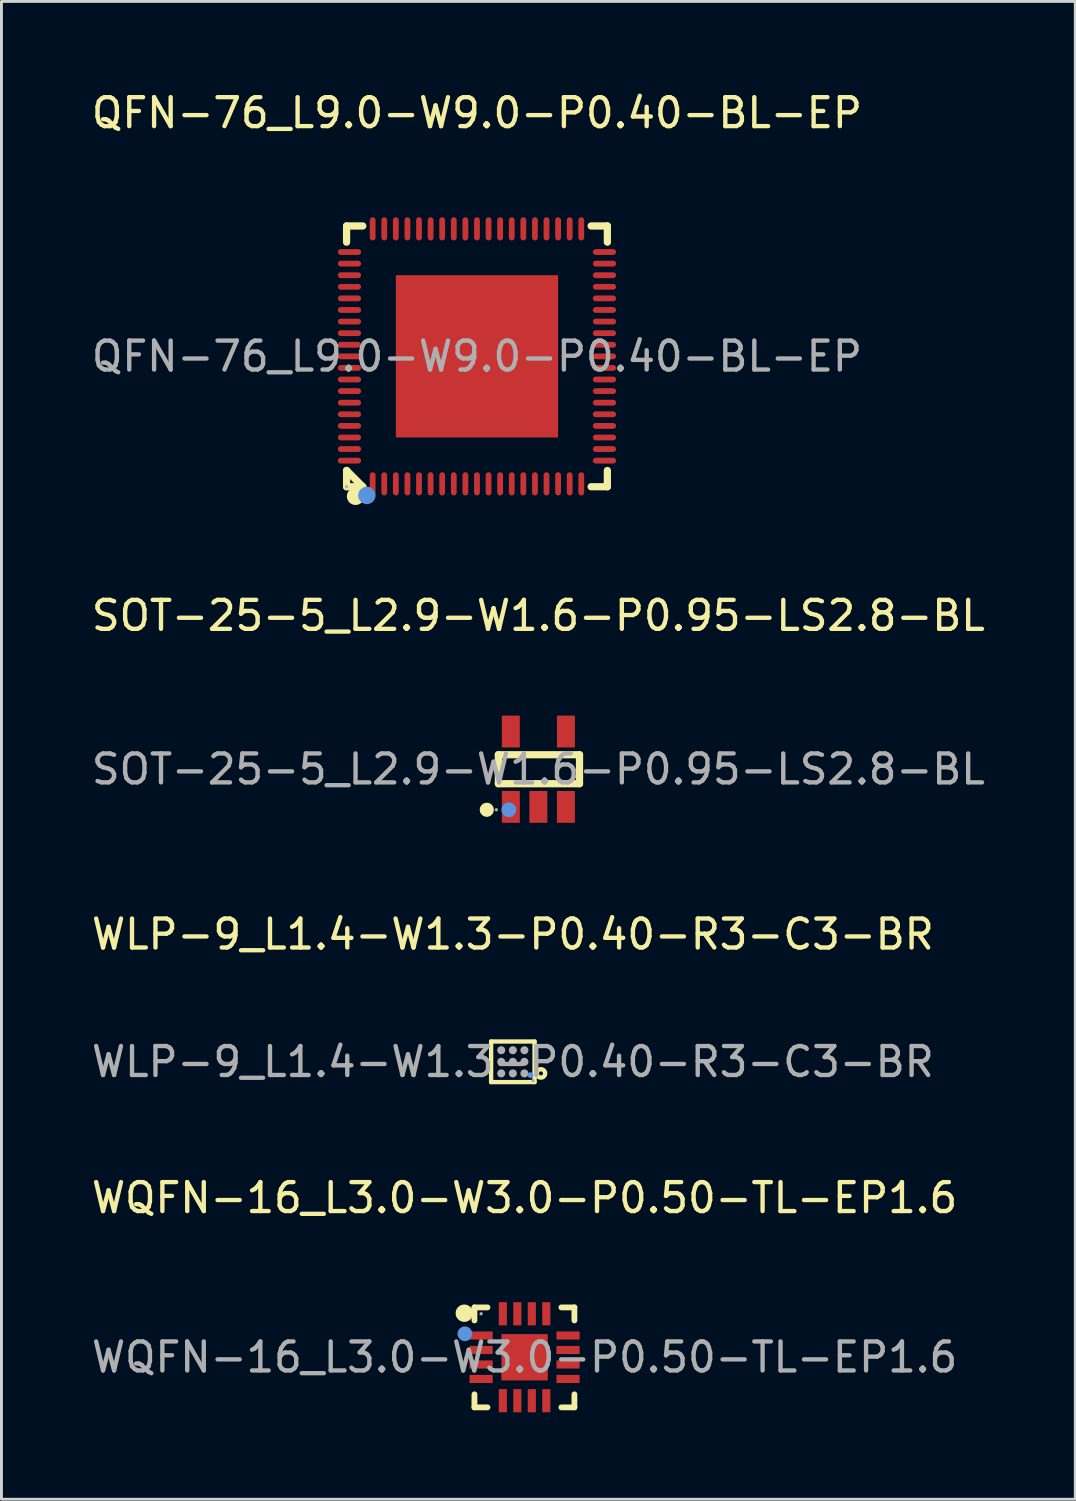
<source format=kicad_pcb>
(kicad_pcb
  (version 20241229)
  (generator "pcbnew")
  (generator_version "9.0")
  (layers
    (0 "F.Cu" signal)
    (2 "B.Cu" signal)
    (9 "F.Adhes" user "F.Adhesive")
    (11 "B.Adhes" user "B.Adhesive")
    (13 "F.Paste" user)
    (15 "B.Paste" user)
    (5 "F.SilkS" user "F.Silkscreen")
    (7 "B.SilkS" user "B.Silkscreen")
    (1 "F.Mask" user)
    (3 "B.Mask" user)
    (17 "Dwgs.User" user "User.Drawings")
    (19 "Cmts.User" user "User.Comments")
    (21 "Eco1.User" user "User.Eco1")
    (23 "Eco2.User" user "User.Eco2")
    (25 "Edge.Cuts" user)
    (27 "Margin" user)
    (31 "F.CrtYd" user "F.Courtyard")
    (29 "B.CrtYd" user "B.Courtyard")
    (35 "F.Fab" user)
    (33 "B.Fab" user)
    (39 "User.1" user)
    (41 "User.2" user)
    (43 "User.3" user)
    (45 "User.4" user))
  (footprint "SOT-25-5_L2.9-W1.6-P0.95-LS2.8-BL"
    (layer "F.Cu")
    (at 15.53 23.497)
    (property "Reference" "SOT-25-5_L2.9-W1.6-P0.95-LS2.8-BL" (at 0 -5.3 0) (layer "F.SilkS") (effects (font (size 1 1) (thickness 0.15))))
    (attr smd)
    (fp_line (start -1.38 -0.5) (end 1.42 -0.5) (stroke (width 0.25) (type solid)) (layer "F.SilkS"))
    (fp_line (start -1.38 0.5) (end -1.38 -0.5) (stroke (width 0.25) (type solid)) (layer "F.SilkS"))
    (fp_line (start 1.42 -0.5) (end 1.42 0.5) (stroke (width 0.25) (type solid)) (layer "F.SilkS"))
    (fp_line (start 1.42 0.5) (end -1.38 0.5) (stroke (width 0.25) (type solid)) (layer "F.SilkS"))
    (fp_arc (start -1.780034 1.520416) (mid -1.784987 1.279687) (end -1.77 1.52) (stroke (width 0.25) (type solid)) (layer "F.SilkS"))
    (fp_circle (center -1.02 1.4) (end -0.89 1.4) (stroke (width 0.25) (type solid)) (fill no) (layer "Cmts.User"))
    (fp_circle (center -1.45 1.4) (end -1.42 1.4) (stroke (width 0.06) (type solid)) (fill no) (layer "F.Fab"))
    (fp_text user "${REFERENCE}" (at 0 0 0) (layer "F.Fab") (effects (font (size 1 1) (thickness 0.15))))
    (pad "1" smd rect (at -0.95 1.3) (size 0.62 1.1) (layers "F.Cu" "F.Mask" "F.Paste"))
    (pad "2" smd rect (at 0 1.3) (size 0.62 1.1) (layers "F.Cu" "F.Mask" "F.Paste"))
    (pad "3" smd rect (at 0.95 1.3) (size 0.62 1.1) (layers "F.Cu" "F.Mask" "F.Paste"))
    (pad "4" smd rect (at 0.95 -1.3) (size 0.62 1.1) (layers "F.Cu" "F.Mask" "F.Paste"))
    (pad "5" smd rect (at -0.95 -1.3) (size 0.62 1.1) (layers "F.Cu" "F.Mask" "F.Paste")))
  (footprint "QFN-76_L9.0-W9.0-P0.40-BL-EP"
    (layer "F.Cu")
    (at 13.411 9.248)
    (property "Reference" "QFN-76_L9.0-W9.0-P0.40-BL-EP" (at 0 -8.4 0) (layer "F.SilkS") (effects (font (size 1 1) (thickness 0.15))))
    (attr smd)
    (fp_line (start -4.5 -4.5) (end -3.94 -4.5) (stroke (width 0.25) (type solid)) (layer "F.SilkS"))
    (fp_line (start -4.5 -3.94) (end -4.5 -4.5) (stroke (width 0.25) (type solid)) (layer "F.SilkS"))
    (fp_line (start -4.5 3.94) (end -3.94 4.5) (stroke (width 0.25) (type solid)) (layer "F.SilkS"))
    (fp_line (start -4.5 4.5) (end -4.5 3.94) (stroke (width 0.25) (type solid)) (layer "F.SilkS"))
    (fp_line (start -4.5 4.5) (end -3.94 4.5) (stroke (width 0.25) (type solid)) (layer "F.SilkS"))
    (fp_line (start 3.94 -4.5) (end 4.5 -4.5) (stroke (width 0.25) (type solid)) (layer "F.SilkS"))
    (fp_line (start 3.94 4.5) (end 4.5 4.5) (stroke (width 0.25) (type solid)) (layer "F.SilkS"))
    (fp_line (start 4.5 -4.5) (end 4.5 -3.94) (stroke (width 0.25) (type solid)) (layer "F.SilkS"))
    (fp_line (start 4.5 3.94) (end 4.5 4.5) (stroke (width 0.25) (type solid)) (layer "F.SilkS"))
    (fp_arc (start -4.19 4.83) (mid -4.19 4.83) (end -4.19 4.83) (stroke (width 0.3) (type solid)) (layer "F.SilkS"))
    (fp_circle (center -3.8 4.8) (end -3.65 4.8) (stroke (width 0.3) (type solid)) (fill no) (layer "Cmts.User"))
    (fp_circle (center -4.5 4.5) (end -4.47 4.5) (stroke (width 0.06) (type solid)) (fill no) (layer "F.Fab"))
    (fp_text user "${REFERENCE}" (at 0 0 0) (layer "F.Fab") (effects (font (size 1 1) (thickness 0.15))))
    (pad "1" smd oval (at -3.6 4.4 180) (size 0.2 0.8) (layers "F.Cu" "F.Mask" "F.Paste"))
    (pad "2" smd oval (at -3.2 4.4 180) (size 0.2 0.8) (layers "F.Cu" "F.Mask" "F.Paste"))
    (pad "3" smd oval (at -2.8 4.4 180) (size 0.2 0.8) (layers "F.Cu" "F.Mask" "F.Paste"))
    (pad "4" smd oval (at -2.4 4.4 180) (size 0.2 0.8) (layers "F.Cu" "F.Mask" "F.Paste"))
    (pad "5" smd oval (at -2 4.4 180) (size 0.2 0.8) (layers "F.Cu" "F.Mask" "F.Paste"))
    (pad "6" smd oval (at -1.6 4.4 180) (size 0.2 0.8) (layers "F.Cu" "F.Mask" "F.Paste"))
    (pad "7" smd oval (at -1.2 4.4 180) (size 0.2 0.8) (layers "F.Cu" "F.Mask" "F.Paste"))
    (pad "8" smd oval (at -0.8 4.4 180) (size 0.2 0.8) (layers "F.Cu" "F.Mask" "F.Paste"))
    (pad "9" smd oval (at -0.4 4.4 180) (size 0.2 0.8) (layers "F.Cu" "F.Mask" "F.Paste"))
    (pad "10" smd oval (at 0 4.4 180) (size 0.2 0.8) (layers "F.Cu" "F.Mask" "F.Paste"))
    (pad "11" smd oval (at 0.4 4.4 180) (size 0.2 0.8) (layers "F.Cu" "F.Mask" "F.Paste"))
    (pad "12" smd oval (at 0.8 4.4 180) (size 0.2 0.8) (layers "F.Cu" "F.Mask" "F.Paste"))
    (pad "13" smd oval (at 1.2 4.4 180) (size 0.2 0.8) (layers "F.Cu" "F.Mask" "F.Paste"))
    (pad "14" smd oval (at 1.6 4.4 180) (size 0.2 0.8) (layers "F.Cu" "F.Mask" "F.Paste"))
    (pad "15" smd oval (at 2 4.4 180) (size 0.2 0.8) (layers "F.Cu" "F.Mask" "F.Paste"))
    (pad "16" smd oval (at 2.4 4.4 180) (size 0.2 0.8) (layers "F.Cu" "F.Mask" "F.Paste"))
    (pad "17" smd oval (at 2.8 4.4 180) (size 0.2 0.8) (layers "F.Cu" "F.Mask" "F.Paste"))
    (pad "18" smd oval (at 3.2 4.4 180) (size 0.2 0.8) (layers "F.Cu" "F.Mask" "F.Paste"))
    (pad "19" smd oval (at 3.6 4.4 180) (size 0.2 0.8) (layers "F.Cu" "F.Mask" "F.Paste"))
    (pad "20" smd oval (at 4.4 3.6 270) (size 0.2 0.8) (layers "F.Cu" "F.Mask" "F.Paste"))
    (pad "21" smd oval (at 4.4 3.2 270) (size 0.2 0.8) (layers "F.Cu" "F.Mask" "F.Paste"))
    (pad "22" smd oval (at 4.4 2.8 270) (size 0.2 0.8) (layers "F.Cu" "F.Mask" "F.Paste"))
    (pad "23" smd oval (at 4.4 2.4 270) (size 0.2 0.8) (layers "F.Cu" "F.Mask" "F.Paste"))
    (pad "24" smd oval (at 4.4 2 270) (size 0.2 0.8) (layers "F.Cu" "F.Mask" "F.Paste"))
    (pad "25" smd oval (at 4.4 1.6 270) (size 0.2 0.8) (layers "F.Cu" "F.Mask" "F.Paste"))
    (pad "26" smd oval (at 4.4 1.2 270) (size 0.2 0.8) (layers "F.Cu" "F.Mask" "F.Paste"))
    (pad "27" smd oval (at 4.4 0.8 270) (size 0.2 0.8) (layers "F.Cu" "F.Mask" "F.Paste"))
    (pad "28" smd oval (at 4.4 0.4 270) (size 0.2 0.8) (layers "F.Cu" "F.Mask" "F.Paste"))
    (pad "29" smd oval (at 4.4 0 270) (size 0.2 0.8) (layers "F.Cu" "F.Mask" "F.Paste"))
    (pad "30" smd oval (at 4.4 -0.4 270) (size 0.2 0.8) (layers "F.Cu" "F.Mask" "F.Paste"))
    (pad "31" smd oval (at 4.4 -0.8 270) (size 0.2 0.8) (layers "F.Cu" "F.Mask" "F.Paste"))
    (pad "32" smd oval (at 4.4 -1.2 270) (size 0.2 0.8) (layers "F.Cu" "F.Mask" "F.Paste"))
    (pad "33" smd oval (at 4.4 -1.6 270) (size 0.2 0.8) (layers "F.Cu" "F.Mask" "F.Paste"))
    (pad "34" smd oval (at 4.4 -2 270) (size 0.2 0.8) (layers "F.Cu" "F.Mask" "F.Paste"))
    (pad "35" smd oval (at 4.4 -2.4 270) (size 0.2 0.8) (layers "F.Cu" "F.Mask" "F.Paste"))
    (pad "36" smd oval (at 4.4 -2.8 270) (size 0.2 0.8) (layers "F.Cu" "F.Mask" "F.Paste"))
    (pad "37" smd oval (at 4.4 -3.2 270) (size 0.2 0.8) (layers "F.Cu" "F.Mask" "F.Paste"))
    (pad "38" smd oval (at 4.4 -3.6 270) (size 0.2 0.8) (layers "F.Cu" "F.Mask" "F.Paste"))
    (pad "39" smd oval (at 3.6 -4.4) (size 0.2 0.8) (layers "F.Cu" "F.Mask" "F.Paste"))
    (pad "40" smd oval (at 3.2 -4.4) (size 0.2 0.8) (layers "F.Cu" "F.Mask" "F.Paste"))
    (pad "41" smd oval (at 2.8 -4.4) (size 0.2 0.8) (layers "F.Cu" "F.Mask" "F.Paste"))
    (pad "42" smd oval (at 2.4 -4.4) (size 0.2 0.8) (layers "F.Cu" "F.Mask" "F.Paste"))
    (pad "43" smd oval (at 2 -4.4) (size 0.2 0.8) (layers "F.Cu" "F.Mask" "F.Paste"))
    (pad "44" smd oval (at 1.6 -4.4) (size 0.2 0.8) (layers "F.Cu" "F.Mask" "F.Paste"))
    (pad "45" smd oval (at 1.2 -4.4) (size 0.2 0.8) (layers "F.Cu" "F.Mask" "F.Paste"))
    (pad "46" smd oval (at 0.8 -4.4) (size 0.2 0.8) (layers "F.Cu" "F.Mask" "F.Paste"))
    (pad "47" smd oval (at 0.4 -4.4) (size 0.2 0.8) (layers "F.Cu" "F.Mask" "F.Paste"))
    (pad "48" smd oval (at 0 -4.4) (size 0.2 0.8) (layers "F.Cu" "F.Mask" "F.Paste"))
    (pad "49" smd oval (at -0.4 -4.4) (size 0.2 0.8) (layers "F.Cu" "F.Mask" "F.Paste"))
    (pad "50" smd oval (at -0.8 -4.4) (size 0.2 0.8) (layers "F.Cu" "F.Mask" "F.Paste"))
    (pad "51" smd oval (at -1.2 -4.4) (size 0.2 0.8) (layers "F.Cu" "F.Mask" "F.Paste"))
    (pad "52" smd oval (at -1.6 -4.4) (size 0.2 0.8) (layers "F.Cu" "F.Mask" "F.Paste"))
    (pad "53" smd oval (at -2 -4.4) (size 0.2 0.8) (layers "F.Cu" "F.Mask" "F.Paste"))
    (pad "54" smd oval (at -2.4 -4.4) (size 0.2 0.8) (layers "F.Cu" "F.Mask" "F.Paste"))
    (pad "55" smd oval (at -2.8 -4.4) (size 0.2 0.8) (layers "F.Cu" "F.Mask" "F.Paste"))
    (pad "56" smd oval (at -3.2 -4.4) (size 0.2 0.8) (layers "F.Cu" "F.Mask" "F.Paste"))
    (pad "57" smd oval (at -3.6 -4.4) (size 0.2 0.8) (layers "F.Cu" "F.Mask" "F.Paste"))
    (pad "58" smd oval (at -4.4 -3.6 90) (size 0.2 0.8) (layers "F.Cu" "F.Mask" "F.Paste"))
    (pad "59" smd oval (at -4.4 -3.2 90) (size 0.2 0.8) (layers "F.Cu" "F.Mask" "F.Paste"))
    (pad "60" smd oval (at -4.4 -2.8 90) (size 0.2 0.8) (layers "F.Cu" "F.Mask" "F.Paste"))
    (pad "61" smd oval (at -4.4 -2.4 90) (size 0.2 0.8) (layers "F.Cu" "F.Mask" "F.Paste"))
    (pad "62" smd oval (at -4.4 -2 90) (size 0.2 0.8) (layers "F.Cu" "F.Mask" "F.Paste"))
    (pad "63" smd oval (at -4.4 -1.6 90) (size 0.2 0.8) (layers "F.Cu" "F.Mask" "F.Paste"))
    (pad "64" smd oval (at -4.4 -1.2 90) (size 0.2 0.8) (layers "F.Cu" "F.Mask" "F.Paste"))
    (pad "65" smd oval (at -4.4 -0.8 90) (size 0.2 0.8) (layers "F.Cu" "F.Mask" "F.Paste"))
    (pad "66" smd oval (at -4.4 -0.4 90) (size 0.2 0.8) (layers "F.Cu" "F.Mask" "F.Paste"))
    (pad "67" smd oval (at -4.4 0 90) (size 0.2 0.8) (layers "F.Cu" "F.Mask" "F.Paste"))
    (pad "68" smd oval (at -4.4 0.4 90) (size 0.2 0.8) (layers "F.Cu" "F.Mask" "F.Paste"))
    (pad "69" smd oval (at -4.4 0.8 90) (size 0.2 0.8) (layers "F.Cu" "F.Mask" "F.Paste"))
    (pad "70" smd oval (at -4.4 1.2 90) (size 0.2 0.8) (layers "F.Cu" "F.Mask" "F.Paste"))
    (pad "71" smd oval (at -4.4 1.6 90) (size 0.2 0.8) (layers "F.Cu" "F.Mask" "F.Paste"))
    (pad "72" smd oval (at -4.4 2 90) (size 0.2 0.8) (layers "F.Cu" "F.Mask" "F.Paste"))
    (pad "73" smd oval (at -4.4 2.4 90) (size 0.2 0.8) (layers "F.Cu" "F.Mask" "F.Paste"))
    (pad "74" smd oval (at -4.4 2.8 90) (size 0.2 0.8) (layers "F.Cu" "F.Mask" "F.Paste"))
    (pad "75" smd oval (at -4.4 3.2 90) (size 0.2 0.8) (layers "F.Cu" "F.Mask" "F.Paste"))
    (pad "76" smd oval (at -4.4 3.6 90) (size 0.2 0.8) (layers "F.Cu" "F.Mask" "F.Paste"))
    (pad "77" smd rect (at 0 0 90) (size 5.6 5.6) (layers "F.Cu" "F.Mask" "F.Paste")))
  (footprint "WLP-9_L1.4-W1.3-P0.40-R3-C3-BR"
    (layer "F.Cu")
    (at 14.649 33.595)
    (property "Reference" "WLP-9_L1.4-W1.3-P0.40-R3-C3-BR" (at 0 -4.4 0) (layer "F.SilkS") (effects (font (size 1 1) (thickness 0.15))))
    (attr smd)
    (fp_line (start -0.75 0.7) (end -0.75 -0.7) (stroke (width 0.15) (type solid)) (layer "F.SilkS"))
    (fp_line (start 0.75 -0.7) (end -0.75 -0.7) (stroke (width 0.15) (type solid)) (layer "F.SilkS"))
    (fp_line (start 0.75 0.7) (end -0.75 0.7) (stroke (width 0.15) (type solid)) (layer "F.SilkS"))
    (fp_line (start 0.75 0.7) (end 0.75 -0.7) (stroke (width 0.15) (type solid)) (layer "F.SilkS"))
    (fp_circle (center 0.97 0.4) (end 1.04 0.4) (stroke (width 0.15) (type solid)) (fill no) (layer "F.SilkS"))
    (fp_circle (center 0.61 0.46) (end 0.66 0.46) (stroke (width 0.1) (type solid)) (fill no) (layer "Cmts.User"))
    (fp_circle (center -0.4 -0.4) (end -0.33 -0.4) (stroke (width 0.14) (type solid)) (fill no) (layer "F.Fab"))
    (fp_circle (center -0.4 0) (end -0.33 0) (stroke (width 0.14) (type solid)) (fill no) (layer "F.Fab"))
    (fp_circle (center -0.4 0.4) (end -0.33 0.4) (stroke (width 0.14) (type solid)) (fill no) (layer "F.Fab"))
    (fp_circle (center 0 -0.4) (end 0.07 -0.4) (stroke (width 0.14) (type solid)) (fill no) (layer "F.Fab"))
    (fp_circle (center 0 0) (end 0.07 0) (stroke (width 0.14) (type solid)) (fill no) (layer "F.Fab"))
    (fp_circle (center 0 0.4) (end 0.07 0.4) (stroke (width 0.14) (type solid)) (fill no) (layer "F.Fab"))
    (fp_circle (center 0.4 -0.4) (end 0.47 -0.4) (stroke (width 0.14) (type solid)) (fill no) (layer "F.Fab"))
    (fp_circle (center 0.4 0) (end 0.47 0) (stroke (width 0.14) (type solid)) (fill no) (layer "F.Fab"))
    (fp_circle (center 0.4 0.4) (end 0.47 0.4) (stroke (width 0.14) (type solid)) (fill no) (layer "F.Fab"))
    (fp_circle (center 0.7 0.65) (end 0.73 0.65) (stroke (width 0.06) (type solid)) (fill no) (layer "F.Fab"))
    (fp_text user "${REFERENCE}" (at 0 0 0) (layer "F.Fab") (effects (font (size 1 1) (thickness 0.15))))
    (pad "A1" smd circle (at 0.4 0.4 180) (size 0.23 0.23) (layers "F.Cu" "F.Mask" "F.Paste"))
    (pad "A2" smd circle (at 0 0.4 180) (size 0.23 0.23) (layers "F.Cu" "F.Mask" "F.Paste"))
    (pad "A3" smd circle (at -0.4 0.4 180) (size 0.23 0.23) (layers "F.Cu" "F.Mask" "F.Paste"))
    (pad "B1" smd circle (at 0.4 0 180) (size 0.23 0.23) (layers "F.Cu" "F.Mask" "F.Paste"))
    (pad "B2" smd circle (at 0 0 180) (size 0.23 0.23) (layers "F.Cu" "F.Mask" "F.Paste"))
    (pad "B3" smd circle (at -0.4 0 180) (size 0.23 0.23) (layers "F.Cu" "F.Mask" "F.Paste"))
    (pad "C1" smd circle (at 0.4 -0.4 180) (size 0.23 0.23) (layers "F.Cu" "F.Mask" "F.Paste"))
    (pad "C2" smd circle (at 0 -0.4 180) (size 0.23 0.23) (layers "F.Cu" "F.Mask" "F.Paste"))
    (pad "C3" smd circle (at -0.4 -0.4 180) (size 0.23 0.23) (layers "F.Cu" "F.Mask" "F.Paste")))
  (footprint "WQFN-16_L3.0-W3.0-P0.50-TL-EP1.6"
    (layer "F.Cu")
    (at 15.054 43.791)
    (property "Reference" "WQFN-16_L3.0-W3.0-P0.50-TL-EP1.6" (at 0 -5.5 0) (layer "F.SilkS") (effects (font (size 1 1) (thickness 0.15))))
    (attr smd)
    (fp_line (start -1.73 -1.72) (end -1.28 -1.72) (stroke (width 0.2) (type solid)) (layer "F.SilkS"))
    (fp_line (start -1.73 -1.27) (end -1.73 -1.72) (stroke (width 0.2) (type solid)) (layer "F.SilkS"))
    (fp_line (start -1.73 1.73) (end -1.73 1.28) (stroke (width 0.2) (type solid)) (layer "F.SilkS"))
    (fp_line (start -1.28 1.73) (end -1.73 1.73) (stroke (width 0.2) (type solid)) (layer "F.SilkS"))
    (fp_line (start 1.27 -1.72) (end 1.72 -1.72) (stroke (width 0.2) (type solid)) (layer "F.SilkS"))
    (fp_line (start 1.27 1.73) (end 1.72 1.73) (stroke (width 0.2) (type solid)) (layer "F.SilkS"))
    (fp_line (start 1.72 -1.72) (end 1.72 -1.27) (stroke (width 0.2) (type solid)) (layer "F.SilkS"))
    (fp_line (start 1.72 1.73) (end 1.72 1.28) (stroke (width 0.2) (type solid)) (layer "F.SilkS"))
    (fp_arc (start -2.08 -1.52) (mid -2.08 -1.52) (end -2.08 -1.52) (stroke (width 0.3) (type solid)) (layer "F.SilkS"))
    (fp_circle (center -2.06 -0.81) (end -1.93 -0.81) (stroke (width 0.25) (type solid)) (fill no) (layer "Cmts.User"))
    (fp_circle (center -1.5 -1.5) (end -1.47 -1.5) (stroke (width 0.06) (type solid)) (fill no) (layer "F.Fab"))
    (fp_text user "${REFERENCE}" (at 0 0 0) (layer "F.Fab") (effects (font (size 1 1) (thickness 0.15))))
    (pad "1" smd rect (at -1.5 -0.75 90) (size 0.28 0.8) (layers "F.Cu" "F.Mask" "F.Paste"))
    (pad "2" smd rect (at -1.5 -0.25 90) (size 0.28 0.8) (layers "F.Cu" "F.Mask" "F.Paste"))
    (pad "3" smd rect (at -1.5 0.25 90) (size 0.28 0.8) (layers "F.Cu" "F.Mask" "F.Paste"))
    (pad "4" smd rect (at -1.5 0.75 90) (size 0.28 0.8) (layers "F.Cu" "F.Mask" "F.Paste"))
    (pad "5" smd rect (at -0.75 1.5) (size 0.28 0.8) (layers "F.Cu" "F.Mask" "F.Paste"))
    (pad "6" smd rect (at -0.25 1.5) (size 0.28 0.8) (layers "F.Cu" "F.Mask" "F.Paste"))
    (pad "7" smd rect (at 0.25 1.5) (size 0.28 0.8) (layers "F.Cu" "F.Mask" "F.Paste"))
    (pad "8" smd rect (at 0.75 1.5) (size 0.28 0.8) (layers "F.Cu" "F.Mask" "F.Paste"))
    (pad "9" smd rect (at 1.5 0.75 90) (size 0.28 0.8) (layers "F.Cu" "F.Mask" "F.Paste"))
    (pad "10" smd rect (at 1.5 0.25 90) (size 0.28 0.8) (layers "F.Cu" "F.Mask" "F.Paste"))
    (pad "11" smd rect (at 1.5 -0.25 90) (size 0.28 0.8) (layers "F.Cu" "F.Mask" "F.Paste"))
    (pad "12" smd rect (at 1.5 -0.75 90) (size 0.28 0.8) (layers "F.Cu" "F.Mask" "F.Paste"))
    (pad "13" smd rect (at 0.75 -1.5) (size 0.28 0.8) (layers "F.Cu" "F.Mask" "F.Paste"))
    (pad "14" smd rect (at 0.25 -1.5) (size 0.28 0.8) (layers "F.Cu" "F.Mask" "F.Paste"))
    (pad "15" smd rect (at -0.25 -1.5) (size 0.28 0.8) (layers "F.Cu" "F.Mask" "F.Paste"))
    (pad "16" smd rect (at -0.75 -1.5) (size 0.28 0.8) (layers "F.Cu" "F.Mask" "F.Paste"))
    (pad "17" smd rect (at 0 0) (size 1.6 1.6) (layers "F.Cu" "F.Mask" "F.Paste")))
  (gr_rect
    (start -3 -3)
    (end 34.06 48.691)
    (stroke (width 0.1) (type default))
    (fill no)
    (layer "Edge.Cuts")))
</source>
